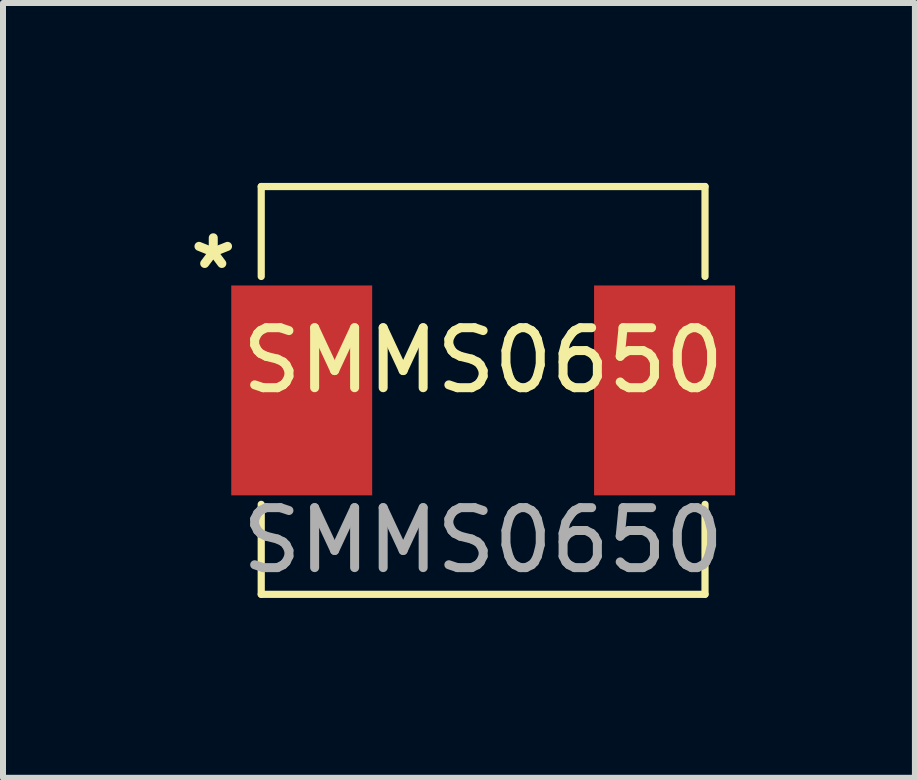
<source format=kicad_pcb>
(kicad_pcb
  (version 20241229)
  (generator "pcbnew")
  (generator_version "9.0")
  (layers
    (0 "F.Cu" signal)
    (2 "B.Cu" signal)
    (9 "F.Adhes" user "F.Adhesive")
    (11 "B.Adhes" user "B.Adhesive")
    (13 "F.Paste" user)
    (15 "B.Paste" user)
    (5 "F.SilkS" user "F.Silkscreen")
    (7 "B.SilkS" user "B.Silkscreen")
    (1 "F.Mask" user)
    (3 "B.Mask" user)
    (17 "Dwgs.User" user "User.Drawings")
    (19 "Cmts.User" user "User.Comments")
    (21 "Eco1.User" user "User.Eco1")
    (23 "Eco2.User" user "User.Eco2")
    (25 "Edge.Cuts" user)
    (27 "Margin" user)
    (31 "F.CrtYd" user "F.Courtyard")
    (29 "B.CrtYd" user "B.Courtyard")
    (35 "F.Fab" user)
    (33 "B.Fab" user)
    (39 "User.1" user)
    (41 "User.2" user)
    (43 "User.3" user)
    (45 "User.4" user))
  (footprint "SMMS0650"
    (layer "F.Cu")
    (at 5.006 3.46)
    (property "Reference" "SMMS0650" (at 0 -0.5 0) (unlocked yes) (layer "F.SilkS") (effects (font (size 1 1) (thickness 0.15))))
    (attr smd)
    (fp_line (start -3.7 -3.4) (end 3.7 -3.4) (stroke (width 0.12) (type solid)) (layer "F.SilkS"))
    (fp_line (start -3.7 -1.9) (end -3.7 -3.4) (stroke (width 0.12) (type solid)) (layer "F.SilkS"))
    (fp_line (start -3.7 1.9) (end -3.7 3.4) (stroke (width 0.12) (type solid)) (layer "F.SilkS"))
    (fp_line (start -3.7 3.4) (end 3.7 3.4) (stroke (width 0.12) (type solid)) (layer "F.SilkS"))
    (fp_line (start 3.7 -3.4) (end 3.7 -1.9) (stroke (width 0.12) (type solid)) (layer "F.SilkS"))
    (fp_line (start 3.7 3.4) (end 3.7 1.9) (stroke (width 0.12) (type solid)) (layer "F.SilkS"))
    (fp_poly (pts (xy -3.225 -0.2) (xy -4.15 -0.2) (xy -4.15 -1.65) (xy -3.225 -1.65)) (stroke (width 0.001) (type solid)) (fill yes) (layer "F.Paste"))
    (fp_poly (pts (xy -3.225 1.65) (xy -4.15 1.65) (xy -4.15 0.2) (xy -3.225 0.2)) (stroke (width 0.001) (type solid)) (fill yes) (layer "F.Paste"))
    (fp_poly (pts (xy -1.9 -0.2) (xy -2.825 -0.2) (xy -2.825 -1.65) (xy -1.9 -1.65)) (stroke (width 0.001) (type solid)) (fill yes) (layer "F.Paste"))
    (fp_poly (pts (xy -1.9 1.65) (xy -2.825 1.65) (xy -2.825 0.2) (xy -1.9 0.2)) (stroke (width 0.001) (type solid)) (fill yes) (layer "F.Paste"))
    (fp_poly (pts (xy 2.825 -0.2) (xy 1.9 -0.2) (xy 1.9 -1.65) (xy 2.825 -1.65)) (stroke (width 0.001) (type solid)) (fill yes) (layer "F.Paste"))
    (fp_poly (pts (xy 2.825 1.65) (xy 1.9 1.65) (xy 1.9 0.2) (xy 2.825 0.2)) (stroke (width 0.001) (type solid)) (fill yes) (layer "F.Paste"))
    (fp_poly (pts (xy 4.15 -0.2) (xy 3.225 -0.2) (xy 3.225 -1.65) (xy 4.15 -1.65)) (stroke (width 0.001) (type solid)) (fill yes) (layer "F.Paste"))
    (fp_poly (pts (xy 4.15 1.65) (xy 3.225 1.65) (xy 3.225 0.2) (xy 4.15 0.2)) (stroke (width 0.001) (type solid)) (fill yes) (layer "F.Paste"))
    (fp_text user "*" (at -4.5 -2 0) (unlocked yes) (layer "F.SilkS") (effects (font (size 1 1) (thickness 0.15))))
    (fp_text user "${REFERENCE}" (at 0 2.5 0) (unlocked yes) (layer "F.Fab") (effects (font (size 1 1) (thickness 0.15))))
    (pad "1" smd rect (at -3.025 0) (size 2.35 3.5) (layers "F.Cu" "F.Mask"))
    (pad "2" smd rect (at 3.025 0) (size 2.35 3.5) (layers "F.Cu" "F.Mask")))
  (gr_rect
    (start -3 -3)
    (end 12.206 9.92)
    (stroke (width 0.1) (type default))
    (fill no)
    (layer "Edge.Cuts")))
</source>
